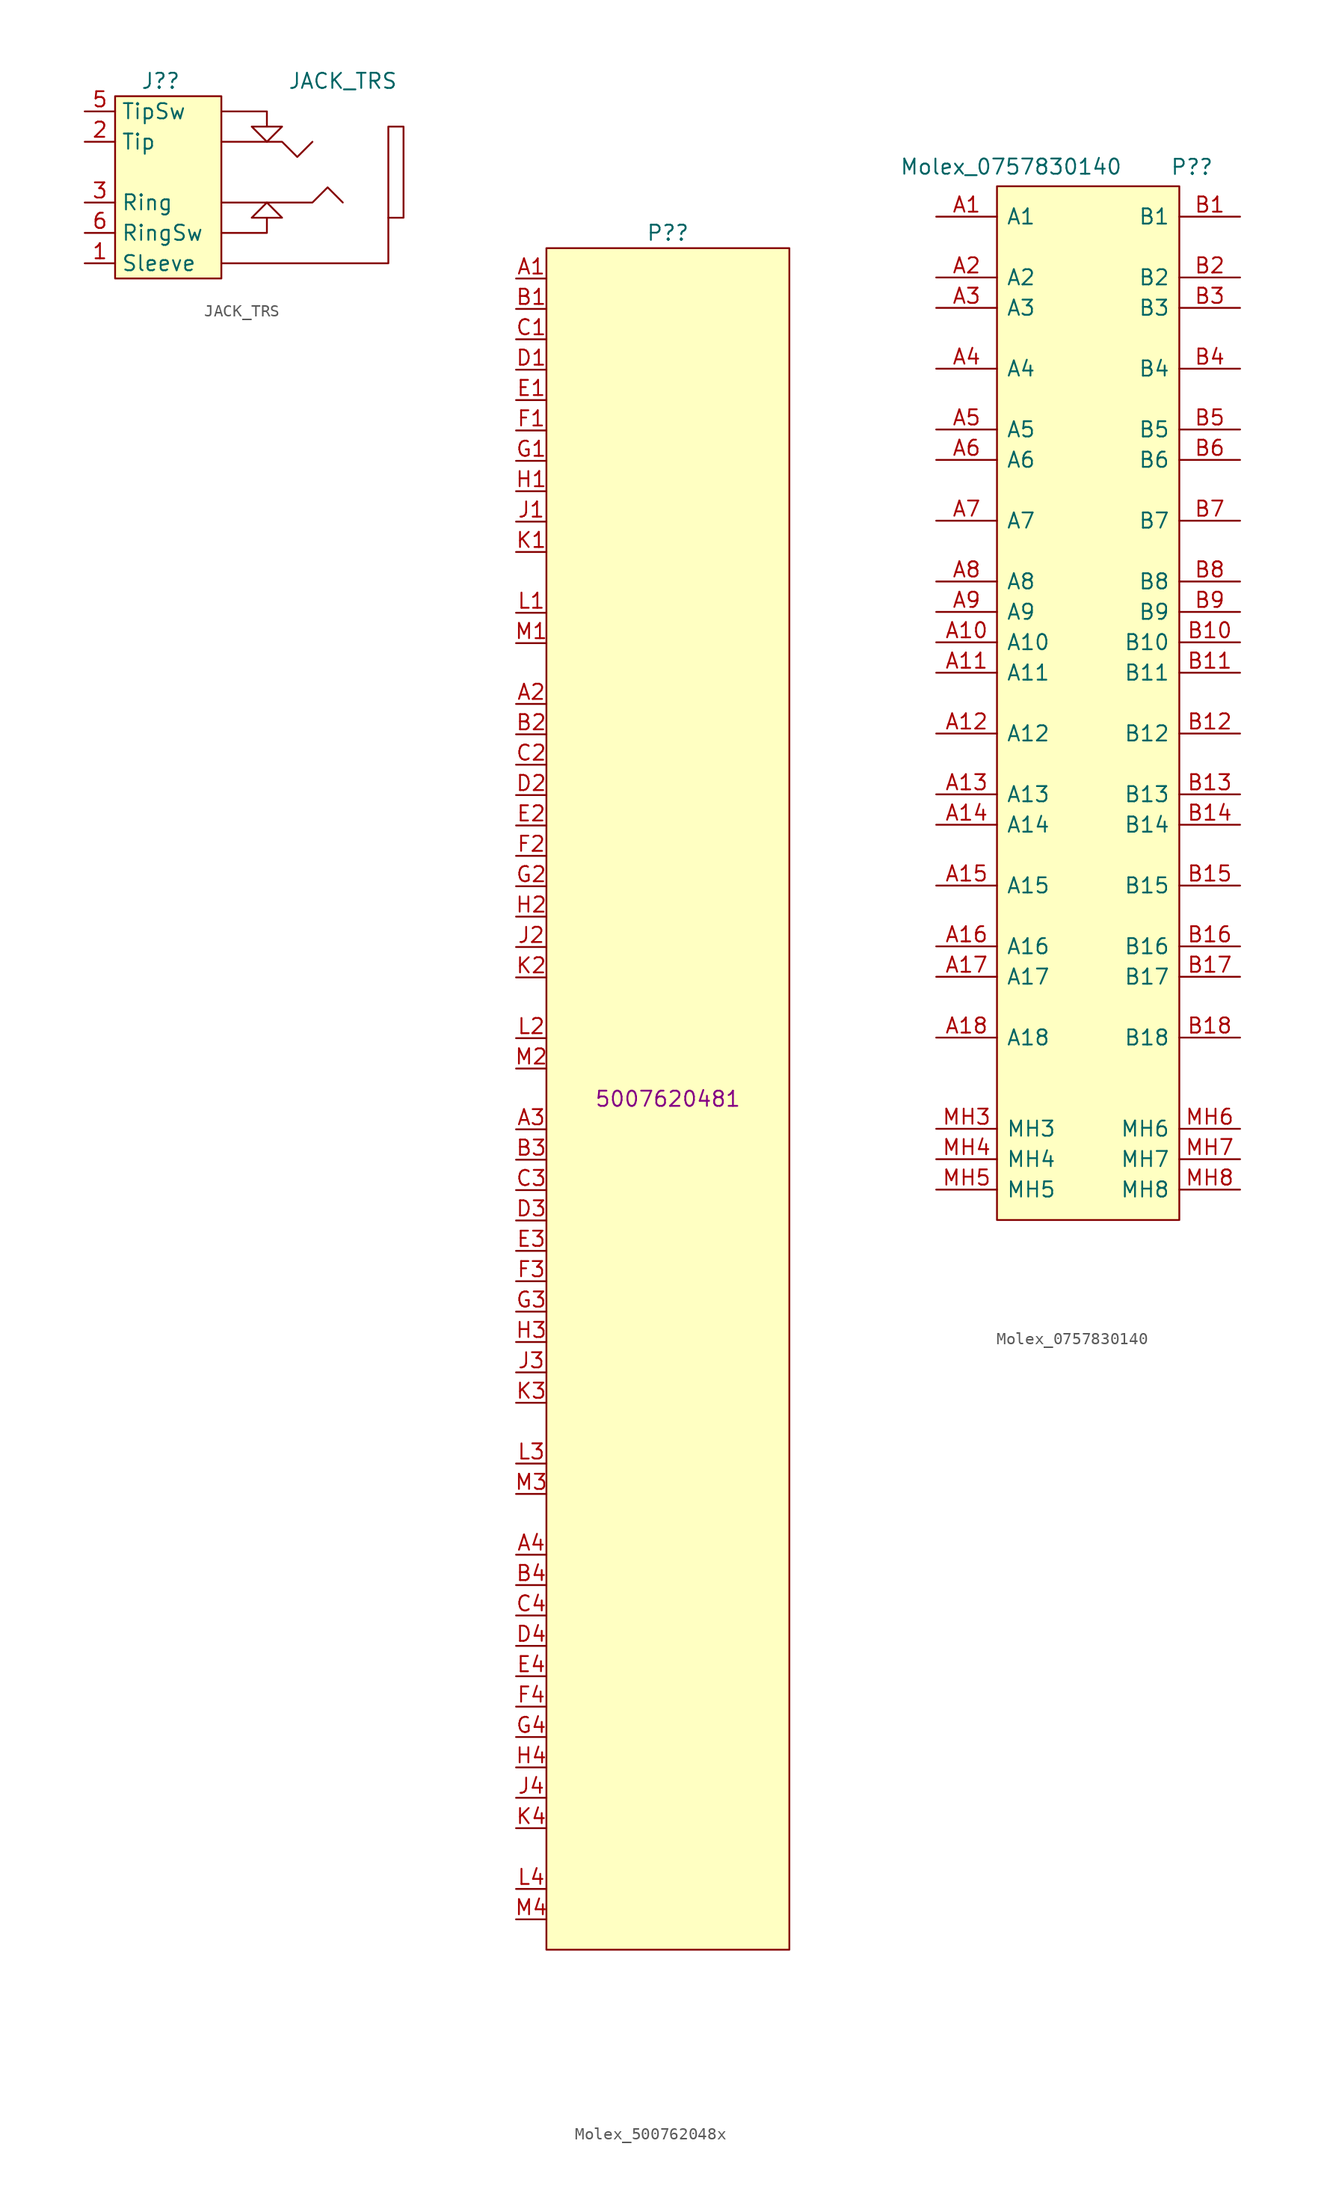
<source format=kicad_sym>
(kicad_symbol_lib
  (version 20231120)
  (generator "kicad_symbol_editor")
  (generator_version "8.0")
  (symbol "JACK_TRS"
    (property "Reference" "J?"
      (at -5.08 7.62 0)
      (effects (font (size 1.27 1.27))))
    (property "Value" "JACK_TRS"
      (at 10.16 7.62 0)
      (effects (font (size 1.27 1.27))))
    (symbol "JACK_TRS_0_1"
      (rectangle (start -8.89 6.35) (end 0 -8.89) (stroke (width 0) (type default)) (fill (type background)))
      (polyline (pts (xy 13.97 -3.81) (xy 13.97 -7.62) (xy 0 -7.62)) (stroke (width 0) (type default)) (fill (type none)))
      (polyline (pts (xy 7.62 2.54) (xy 6.35 1.27) (xy 5.08 2.54) (xy 0 2.54)) (stroke (width 0) (type default)) (fill (type none)))
      (polyline (pts (xy 10.16 -2.54) (xy 8.89 -1.27) (xy 7.62 -2.54) (xy 0 -2.54)) (stroke (width 0) (type default)) (fill (type none)))
      (polyline (pts (xy 0 -5.08) (xy 3.81 -5.08) (xy 3.81 -3.81) (xy 5.08 -3.81) (xy 3.81 -2.54) (xy 2.54 -3.81) (xy 3.81 -3.81)) (stroke (width 0) (type default)) (fill (type none)))
      (polyline (pts (xy 0 5.08) (xy 3.81 5.08) (xy 3.81 3.81) (xy 5.08 3.81) (xy 3.81 2.54) (xy 2.54 3.81) (xy 3.81 3.81)) (stroke (width 0) (type default)) (fill (type none)))
      (rectangle (start 15.24 3.81) (end 13.97 -3.81) (stroke (width 0) (type default)) (fill (type none))))
    (symbol "JACK_TRS_1_1"
      (pin bidirectional line (at -11.43 -7.62 0) (length 2.54) (name "Sleeve" (effects (font (size 1.27 1.27)))) (number "1" (effects (font (size 1.27 1.27)))))
      (pin bidirectional line (at -11.43 2.54 0) (length 2.54) (name "Tip" (effects (font (size 1.27 1.27)))) (number "2" (effects (font (size 1.27 1.27)))))
      (pin bidirectional line (at -11.43 -2.54 0) (length 2.54) (name "Ring" (effects (font (size 1.27 1.27)))) (number "3" (effects (font (size 1.27 1.27)))))
      (pin bidirectional line (at -11.43 5.08 0) (length 2.54) (name "TipSw" (effects (font (size 1.27 1.27)))) (number "5" (effects (font (size 1.27 1.27)))))
      (pin bidirectional line (at -11.43 -5.08 0) (length 2.54) (name "RingSw" (effects (font (size 1.27 1.27)))) (number "6" (effects (font (size 1.27 1.27)))))))
  (symbol "Molex_500762048x"
    (property "Reference" "P?"
      (at 0 72.39 0)
      (effects (font (size 1.27 1.27))))
    (property "MPN" "5007620481"
      (at 0 0 0)
      (effects (font (size 1.27 1.27))))
    (symbol "Molex_500762048x_0_1"
      (rectangle (start -10.16 71.12) (end 10.16 -71.12) (stroke (width 0) (type default)) (fill (type background))))
    (symbol "Molex_500762048x_1_1"
      (pin passive line (at -12.7 68.58 0) (length 2.54) (name "~" (effects (font (size 1.27 1.27)))) (number "A1" (effects (font (size 1.27 1.27)))))
      (pin passive line (at -12.7 33.02 0) (length 2.54) (name "~" (effects (font (size 1.27 1.27)))) (number "A2" (effects (font (size 1.27 1.27)))))
      (pin passive line (at -12.7 -2.54 0) (length 2.54) (name "~" (effects (font (size 1.27 1.27)))) (number "A3" (effects (font (size 1.27 1.27)))))
      (pin passive line (at -12.7 -38.1 0) (length 2.54) (name "~" (effects (font (size 1.27 1.27)))) (number "A4" (effects (font (size 1.27 1.27)))))
      (pin passive line (at -12.7 66.04 0) (length 2.54) (name "~" (effects (font (size 1.27 1.27)))) (number "B1" (effects (font (size 1.27 1.27)))))
      (pin passive line (at -12.7 30.48 0) (length 2.54) (name "~" (effects (font (size 1.27 1.27)))) (number "B2" (effects (font (size 1.27 1.27)))))
      (pin passive line (at -12.7 -5.08 0) (length 2.54) (name "~" (effects (font (size 1.27 1.27)))) (number "B3" (effects (font (size 1.27 1.27)))))
      (pin passive line (at -12.7 -40.64 0) (length 2.54) (name "~" (effects (font (size 1.27 1.27)))) (number "B4" (effects (font (size 1.27 1.27)))))
      (pin passive line (at -12.7 63.5 0) (length 2.54) (name "~" (effects (font (size 1.27 1.27)))) (number "C1" (effects (font (size 1.27 1.27)))))
      (pin passive line (at -12.7 27.94 0) (length 2.54) (name "~" (effects (font (size 1.27 1.27)))) (number "C2" (effects (font (size 1.27 1.27)))))
      (pin passive line (at -12.7 -7.62 0) (length 2.54) (name "~" (effects (font (size 1.27 1.27)))) (number "C3" (effects (font (size 1.27 1.27)))))
      (pin passive line (at -12.7 -43.18 0) (length 2.54) (name "~" (effects (font (size 1.27 1.27)))) (number "C4" (effects (font (size 1.27 1.27)))))
      (pin passive line (at -12.7 60.96 0) (length 2.54) (name "~" (effects (font (size 1.27 1.27)))) (number "D1" (effects (font (size 1.27 1.27)))))
      (pin passive line (at -12.7 25.4 0) (length 2.54) (name "~" (effects (font (size 1.27 1.27)))) (number "D2" (effects (font (size 1.27 1.27)))))
      (pin passive line (at -12.7 -10.16 0) (length 2.54) (name "~" (effects (font (size 1.27 1.27)))) (number "D3" (effects (font (size 1.27 1.27)))))
      (pin passive line (at -12.7 -45.72 0) (length 2.54) (name "~" (effects (font (size 1.27 1.27)))) (number "D4" (effects (font (size 1.27 1.27)))))
      (pin passive line (at -12.7 58.42 0) (length 2.54) (name "~" (effects (font (size 1.27 1.27)))) (number "E1" (effects (font (size 1.27 1.27)))))
      (pin passive line (at -12.7 22.86 0) (length 2.54) (name "~" (effects (font (size 1.27 1.27)))) (number "E2" (effects (font (size 1.27 1.27)))))
      (pin passive line (at -12.7 -12.7 0) (length 2.54) (name "~" (effects (font (size 1.27 1.27)))) (number "E3" (effects (font (size 1.27 1.27)))))
      (pin passive line (at -12.7 -48.26 0) (length 2.54) (name "~" (effects (font (size 1.27 1.27)))) (number "E4" (effects (font (size 1.27 1.27)))))
      (pin passive line (at -12.7 55.88 0) (length 2.54) (name "~" (effects (font (size 1.27 1.27)))) (number "F1" (effects (font (size 1.27 1.27)))))
      (pin passive line (at -12.7 20.32 0) (length 2.54) (name "~" (effects (font (size 1.27 1.27)))) (number "F2" (effects (font (size 1.27 1.27)))))
      (pin passive line (at -12.7 -15.24 0) (length 2.54) (name "~" (effects (font (size 1.27 1.27)))) (number "F3" (effects (font (size 1.27 1.27)))))
      (pin passive line (at -12.7 -50.8 0) (length 2.54) (name "~" (effects (font (size 1.27 1.27)))) (number "F4" (effects (font (size 1.27 1.27)))))
      (pin passive line (at -12.7 53.34 0) (length 2.54) (name "~" (effects (font (size 1.27 1.27)))) (number "G1" (effects (font (size 1.27 1.27)))))
      (pin passive line (at -12.7 17.78 0) (length 2.54) (name "~" (effects (font (size 1.27 1.27)))) (number "G2" (effects (font (size 1.27 1.27)))))
      (pin passive line (at -12.7 -17.78 0) (length 2.54) (name "~" (effects (font (size 1.27 1.27)))) (number "G3" (effects (font (size 1.27 1.27)))))
      (pin passive line (at -12.7 -53.34 0) (length 2.54) (name "~" (effects (font (size 1.27 1.27)))) (number "G4" (effects (font (size 1.27 1.27)))))
      (pin passive line (at -12.7 50.8 0) (length 2.54) (name "~" (effects (font (size 1.27 1.27)))) (number "H1" (effects (font (size 1.27 1.27)))))
      (pin passive line (at -12.7 15.24 0) (length 2.54) (name "~" (effects (font (size 1.27 1.27)))) (number "H2" (effects (font (size 1.27 1.27)))))
      (pin passive line (at -12.7 -20.32 0) (length 2.54) (name "~" (effects (font (size 1.27 1.27)))) (number "H3" (effects (font (size 1.27 1.27)))))
      (pin passive line (at -12.7 -55.88 0) (length 2.54) (name "~" (effects (font (size 1.27 1.27)))) (number "H4" (effects (font (size 1.27 1.27)))))
      (pin passive line (at -12.7 48.26 0) (length 2.54) (name "~" (effects (font (size 1.27 1.27)))) (number "J1" (effects (font (size 1.27 1.27)))))
      (pin passive line (at -12.7 12.7 0) (length 2.54) (name "~" (effects (font (size 1.27 1.27)))) (number "J2" (effects (font (size 1.27 1.27)))))
      (pin passive line (at -12.7 -22.86 0) (length 2.54) (name "~" (effects (font (size 1.27 1.27)))) (number "J3" (effects (font (size 1.27 1.27)))))
      (pin passive line (at -12.7 -58.42 0) (length 2.54) (name "~" (effects (font (size 1.27 1.27)))) (number "J4" (effects (font (size 1.27 1.27)))))
      (pin passive line (at -12.7 45.72 0) (length 2.54) (name "~" (effects (font (size 1.27 1.27)))) (number "K1" (effects (font (size 1.27 1.27)))))
      (pin passive line (at -12.7 10.16 0) (length 2.54) (name "~" (effects (font (size 1.27 1.27)))) (number "K2" (effects (font (size 1.27 1.27)))))
      (pin passive line (at -12.7 -25.4 0) (length 2.54) (name "~" (effects (font (size 1.27 1.27)))) (number "K3" (effects (font (size 1.27 1.27)))))
      (pin passive line (at -12.7 -60.96 0) (length 2.54) (name "~" (effects (font (size 1.27 1.27)))) (number "K4" (effects (font (size 1.27 1.27)))))
      (pin passive line (at -12.7 40.64 0) (length 2.54) (name "~" (effects (font (size 1.27 1.27)))) (number "L1" (effects (font (size 1.27 1.27)))))
      (pin passive line (at -12.7 5.08 0) (length 2.54) (name "~" (effects (font (size 1.27 1.27)))) (number "L2" (effects (font (size 1.27 1.27)))))
      (pin passive line (at -12.7 -30.48 0) (length 2.54) (name "~" (effects (font (size 1.27 1.27)))) (number "L3" (effects (font (size 1.27 1.27)))))
      (pin passive line (at -12.7 -66.04 0) (length 2.54) (name "~" (effects (font (size 1.27 1.27)))) (number "L4" (effects (font (size 1.27 1.27)))))
      (pin passive line (at -12.7 38.1 0) (length 2.54) (name "~" (effects (font (size 1.27 1.27)))) (number "M1" (effects (font (size 1.27 1.27)))))
      (pin passive line (at -12.7 2.54 0) (length 2.54) (name "~" (effects (font (size 1.27 1.27)))) (number "M2" (effects (font (size 1.27 1.27)))))
      (pin passive line (at -12.7 -33.02 0) (length 2.54) (name "~" (effects (font (size 1.27 1.27)))) (number "M3" (effects (font (size 1.27 1.27)))))
      (pin passive line (at -12.7 -68.58 0) (length 2.54) (name "~" (effects (font (size 1.27 1.27)))) (number "M4" (effects (font (size 1.27 1.27)))))))
  (symbol "Molex_0757830140"
    (pin_names
      (offset 0.762))
    (property "Reference" "P?"
      (at 6.852 44.785 0)
      (effects (font (size 1.27 1.27)) (justify left)))
    (property "Value" "Molex_0757830140"
      (at -15.769 44.806 0)
      (effects (font (size 1.27 1.27)) (justify left)))
    (symbol "Molex_0757830140_0_0"
      (pin passive line (at -12.7 40.64 0) (length 5.08) (name "A1" (effects (font (size 1.27 1.27)))) (number "A1" (effects (font (size 1.27 1.27)))))
      (pin passive line (at -12.7 5.08 0) (length 5.08) (name "A10" (effects (font (size 1.27 1.27)))) (number "A10" (effects (font (size 1.27 1.27)))))
      (pin passive line (at -12.7 2.54 0) (length 5.08) (name "A11" (effects (font (size 1.27 1.27)))) (number "A11" (effects (font (size 1.27 1.27)))))
      (pin passive line (at -12.7 -2.54 0) (length 5.08) (name "A12" (effects (font (size 1.27 1.27)))) (number "A12" (effects (font (size 1.27 1.27)))))
      (pin passive line (at -12.7 -7.62 0) (length 5.08) (name "A13" (effects (font (size 1.27 1.27)))) (number "A13" (effects (font (size 1.27 1.27)))))
      (pin passive line (at -12.7 -10.16 0) (length 5.08) (name "A14" (effects (font (size 1.27 1.27)))) (number "A14" (effects (font (size 1.27 1.27)))))
      (pin passive line (at -12.7 -15.24 0) (length 5.08) (name "A15" (effects (font (size 1.27 1.27)))) (number "A15" (effects (font (size 1.27 1.27)))))
      (pin passive line (at -12.7 -20.32 0) (length 5.08) (name "A16" (effects (font (size 1.27 1.27)))) (number "A16" (effects (font (size 1.27 1.27)))))
      (pin passive line (at -12.7 -22.86 0) (length 5.08) (name "A17" (effects (font (size 1.27 1.27)))) (number "A17" (effects (font (size 1.27 1.27)))))
      (pin passive line (at -12.7 -27.94 0) (length 5.08) (name "A18" (effects (font (size 1.27 1.27)))) (number "A18" (effects (font (size 1.27 1.27)))))
      (pin passive line (at -12.7 35.56 0) (length 5.08) (name "A2" (effects (font (size 1.27 1.27)))) (number "A2" (effects (font (size 1.27 1.27)))))
      (pin passive line (at -12.7 33.02 0) (length 5.08) (name "A3" (effects (font (size 1.27 1.27)))) (number "A3" (effects (font (size 1.27 1.27)))))
      (pin passive line (at -12.7 27.94 0) (length 5.08) (name "A4" (effects (font (size 1.27 1.27)))) (number "A4" (effects (font (size 1.27 1.27)))))
      (pin passive line (at -12.7 22.86 0) (length 5.08) (name "A5" (effects (font (size 1.27 1.27)))) (number "A5" (effects (font (size 1.27 1.27)))))
      (pin passive line (at -12.7 20.32 0) (length 5.08) (name "A6" (effects (font (size 1.27 1.27)))) (number "A6" (effects (font (size 1.27 1.27)))))
      (pin passive line (at -12.7 15.24 0) (length 5.08) (name "A7" (effects (font (size 1.27 1.27)))) (number "A7" (effects (font (size 1.27 1.27)))))
      (pin passive line (at -12.7 10.16 0) (length 5.08) (name "A8" (effects (font (size 1.27 1.27)))) (number "A8" (effects (font (size 1.27 1.27)))))
      (pin passive line (at -12.7 7.62 0) (length 5.08) (name "A9" (effects (font (size 1.27 1.27)))) (number "A9" (effects (font (size 1.27 1.27)))))
      (pin passive line (at 12.7 40.64 180) (length 5.08) (name "B1" (effects (font (size 1.27 1.27)))) (number "B1" (effects (font (size 1.27 1.27)))))
      (pin passive line (at 12.7 5.08 180) (length 5.08) (name "B10" (effects (font (size 1.27 1.27)))) (number "B10" (effects (font (size 1.27 1.27)))))
      (pin passive line (at 12.7 2.54 180) (length 5.08) (name "B11" (effects (font (size 1.27 1.27)))) (number "B11" (effects (font (size 1.27 1.27)))))
      (pin passive line (at 12.7 -2.54 180) (length 5.08) (name "B12" (effects (font (size 1.27 1.27)))) (number "B12" (effects (font (size 1.27 1.27)))))
      (pin passive line (at 12.7 -7.62 180) (length 5.08) (name "B13" (effects (font (size 1.27 1.27)))) (number "B13" (effects (font (size 1.27 1.27)))))
      (pin passive line (at 12.7 -10.16 180) (length 5.08) (name "B14" (effects (font (size 1.27 1.27)))) (number "B14" (effects (font (size 1.27 1.27)))))
      (pin passive line (at 12.7 -15.24 180) (length 5.08) (name "B15" (effects (font (size 1.27 1.27)))) (number "B15" (effects (font (size 1.27 1.27)))))
      (pin passive line (at 12.7 -20.32 180) (length 5.08) (name "B16" (effects (font (size 1.27 1.27)))) (number "B16" (effects (font (size 1.27 1.27)))))
      (pin passive line (at 12.7 -22.86 180) (length 5.08) (name "B17" (effects (font (size 1.27 1.27)))) (number "B17" (effects (font (size 1.27 1.27)))))
      (pin passive line (at 12.7 -27.94 180) (length 5.08) (name "B18" (effects (font (size 1.27 1.27)))) (number "B18" (effects (font (size 1.27 1.27)))))
      (pin passive line (at 12.7 35.56 180) (length 5.08) (name "B2" (effects (font (size 1.27 1.27)))) (number "B2" (effects (font (size 1.27 1.27)))))
      (pin passive line (at 12.7 33.02 180) (length 5.08) (name "B3" (effects (font (size 1.27 1.27)))) (number "B3" (effects (font (size 1.27 1.27)))))
      (pin passive line (at 12.7 27.94 180) (length 5.08) (name "B4" (effects (font (size 1.27 1.27)))) (number "B4" (effects (font (size 1.27 1.27)))))
      (pin passive line (at 12.7 22.86 180) (length 5.08) (name "B5" (effects (font (size 1.27 1.27)))) (number "B5" (effects (font (size 1.27 1.27)))))
      (pin passive line (at 12.7 20.32 180) (length 5.08) (name "B6" (effects (font (size 1.27 1.27)))) (number "B6" (effects (font (size 1.27 1.27)))))
      (pin passive line (at 12.7 15.24 180) (length 5.08) (name "B7" (effects (font (size 1.27 1.27)))) (number "B7" (effects (font (size 1.27 1.27)))))
      (pin passive line (at 12.7 10.16 180) (length 5.08) (name "B8" (effects (font (size 1.27 1.27)))) (number "B8" (effects (font (size 1.27 1.27)))))
      (pin passive line (at 12.7 7.62 180) (length 5.08) (name "B9" (effects (font (size 1.27 1.27)))) (number "B9" (effects (font (size 1.27 1.27)))))
      (pin passive line (at -12.7 -35.56 0) (length 5.08) (name "MH3" (effects (font (size 1.27 1.27)))) (number "MH3" (effects (font (size 1.27 1.27)))))
      (pin passive line (at -12.7 -38.1 0) (length 5.08) (name "MH4" (effects (font (size 1.27 1.27)))) (number "MH4" (effects (font (size 1.27 1.27)))))
      (pin passive line (at -12.7 -40.64 0) (length 5.08) (name "MH5" (effects (font (size 1.27 1.27)))) (number "MH5" (effects (font (size 1.27 1.27)))))
      (pin passive line (at 12.7 -35.56 180) (length 5.08) (name "MH6" (effects (font (size 1.27 1.27)))) (number "MH6" (effects (font (size 1.27 1.27)))))
      (pin passive line (at 12.7 -38.1 180) (length 5.08) (name "MH7" (effects (font (size 1.27 1.27)))) (number "MH7" (effects (font (size 1.27 1.27)))))
      (pin passive line (at 12.7 -40.64 180) (length 5.08) (name "MH8" (effects (font (size 1.27 1.27)))) (number "MH8" (effects (font (size 1.27 1.27))))))
    (symbol "Molex_0757830140_0_1"
      (polyline (pts (xy -7.62 43.18) (xy 7.62 43.18) (xy 7.62 -43.18) (xy -7.62 -43.18) (xy -7.62 43.18)) (stroke (width 0.152) (type default)) (fill (type background))))))
</source>
